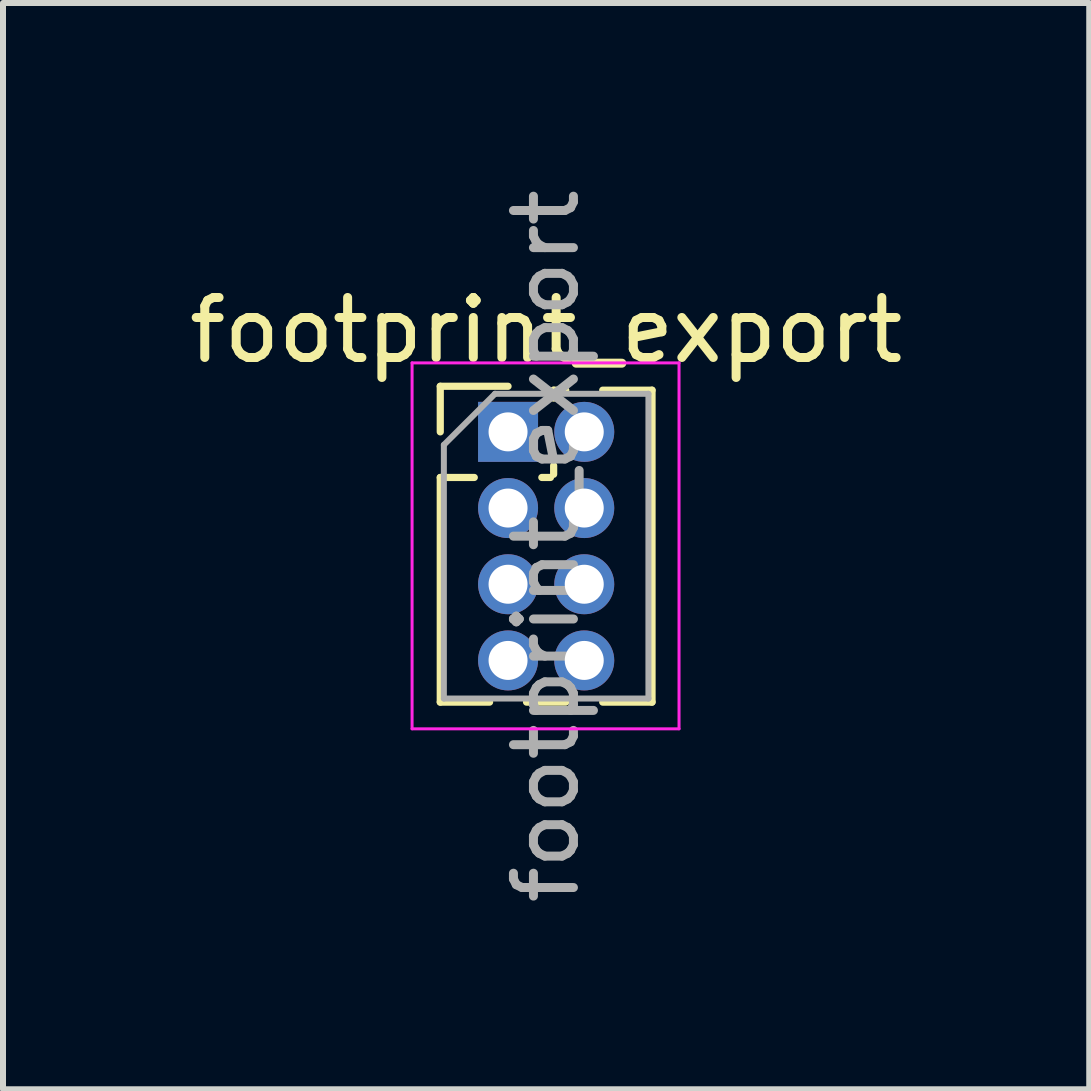
<source format=kicad_pcb>
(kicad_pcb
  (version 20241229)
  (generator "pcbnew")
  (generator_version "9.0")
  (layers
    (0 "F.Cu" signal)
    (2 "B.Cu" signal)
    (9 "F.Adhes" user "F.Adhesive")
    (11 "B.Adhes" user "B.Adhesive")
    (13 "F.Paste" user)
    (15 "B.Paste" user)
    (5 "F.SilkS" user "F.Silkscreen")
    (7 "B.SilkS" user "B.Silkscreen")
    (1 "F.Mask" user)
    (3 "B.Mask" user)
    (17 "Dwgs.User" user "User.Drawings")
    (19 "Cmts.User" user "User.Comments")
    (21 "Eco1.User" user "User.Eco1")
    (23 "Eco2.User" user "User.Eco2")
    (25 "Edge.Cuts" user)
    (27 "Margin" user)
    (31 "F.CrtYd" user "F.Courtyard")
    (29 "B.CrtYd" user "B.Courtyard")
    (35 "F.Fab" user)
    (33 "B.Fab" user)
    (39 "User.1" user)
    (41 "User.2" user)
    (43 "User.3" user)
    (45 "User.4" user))
  (footprint "footprint_export"
    (layer "F.Cu")
    (at 5.419 4.149)
    (property "Reference" "footprint_export" (at 0.635 -1.695 0) (layer "F.SilkS") (effects (font (size 1 1) (thickness 0.15))))
    (attr through_hole)
    (fp_line (start -1.13 -0.76) (end 0 -0.76) (stroke (width 0.12) (type solid)) (layer "F.SilkS"))
    (fp_line (start -1.13 0) (end -1.13 -0.76) (stroke (width 0.12) (type solid)) (layer "F.SilkS"))
    (fp_line (start -1.13 0.76) (end -1.13 4.505) (stroke (width 0.12) (type solid)) (layer "F.SilkS"))
    (fp_line (start -1.13 0.76) (end -0.563 0.76) (stroke (width 0.12) (type solid)) (layer "F.SilkS"))
    (fp_line (start -1.13 4.505) (end -0.308 4.505) (stroke (width 0.12) (type solid)) (layer "F.SilkS"))
    (fp_line (start 0.308 4.505) (end 0.962 4.505) (stroke (width 0.12) (type solid)) (layer "F.SilkS"))
    (fp_line (start 0.563 0.76) (end 0.707 0.76) (stroke (width 0.12) (type solid)) (layer "F.SilkS"))
    (fp_line (start 0.76 -0.695) (end 0.962 -0.695) (stroke (width 0.12) (type solid)) (layer "F.SilkS"))
    (fp_line (start 0.76 -0.563) (end 0.76 -0.695) (stroke (width 0.12) (type solid)) (layer "F.SilkS"))
    (fp_line (start 0.76 0.707) (end 0.76 0.563) (stroke (width 0.12) (type solid)) (layer "F.SilkS"))
    (fp_line (start 1.578 -0.695) (end 2.4 -0.695) (stroke (width 0.12) (type solid)) (layer "F.SilkS"))
    (fp_line (start 1.578 4.505) (end 2.4 4.505) (stroke (width 0.12) (type solid)) (layer "F.SilkS"))
    (fp_line (start 2.4 -0.695) (end 2.4 4.505) (stroke (width 0.12) (type solid)) (layer "F.SilkS"))
    (fp_line (start -1.6 -1.15) (end -1.6 4.95) (stroke (width 0.05) (type solid)) (layer "F.CrtYd"))
    (fp_line (start -1.6 4.95) (end 2.85 4.95) (stroke (width 0.05) (type solid)) (layer "F.CrtYd"))
    (fp_line (start 2.85 -1.15) (end -1.6 -1.15) (stroke (width 0.05) (type solid)) (layer "F.CrtYd"))
    (fp_line (start 2.85 4.95) (end 2.85 -1.15) (stroke (width 0.05) (type solid)) (layer "F.CrtYd"))
    (fp_line (start -1.07 0.217) (end -0.217 -0.635) (stroke (width 0.1) (type solid)) (layer "F.Fab"))
    (fp_line (start -1.07 4.445) (end -1.07 0.217) (stroke (width 0.1) (type solid)) (layer "F.Fab"))
    (fp_line (start -0.217 -0.635) (end 2.34 -0.635) (stroke (width 0.1) (type solid)) (layer "F.Fab"))
    (fp_line (start 2.34 -0.635) (end 2.34 4.445) (stroke (width 0.1) (type solid)) (layer "F.Fab"))
    (fp_line (start 2.34 4.445) (end -1.07 4.445) (stroke (width 0.1) (type solid)) (layer "F.Fab"))
    (fp_text user "${REFERENCE}" (at 0.635 1.905 90) (layer "F.Fab") (effects (font (size 1 1) (thickness 0.15))))
    (pad "1" thru_hole rect (at 0 0) (size 1 1) (drill 0.65) (layers "*.Cu" "*.Mask"))
    (pad "2" thru_hole oval (at 1.27 0) (size 1 1) (drill 0.65) (layers "*.Cu" "*.Mask"))
    (pad "3" thru_hole oval (at 0 1.27) (size 1 1) (drill 0.65) (layers "*.Cu" "*.Mask"))
    (pad "4" thru_hole oval (at 1.27 1.27) (size 1 1) (drill 0.65) (layers "*.Cu" "*.Mask"))
    (pad "5" thru_hole oval (at 0 2.54) (size 1 1) (drill 0.65) (layers "*.Cu" "*.Mask"))
    (pad "6" thru_hole oval (at 1.27 2.54) (size 1 1) (drill 0.65) (layers "*.Cu" "*.Mask"))
    (pad "7" thru_hole oval (at 0 3.81) (size 1 1) (drill 0.65) (layers "*.Cu" "*.Mask"))
    (pad "8" thru_hole oval (at 1.27 3.81) (size 1 1) (drill 0.65) (layers "*.Cu" "*.Mask")))
  (gr_rect
    (start -3 -3)
    (end 15.107 15.107)
    (stroke (width 0.1) (type default))
    (fill no)
    (layer "Edge.Cuts")))
</source>
